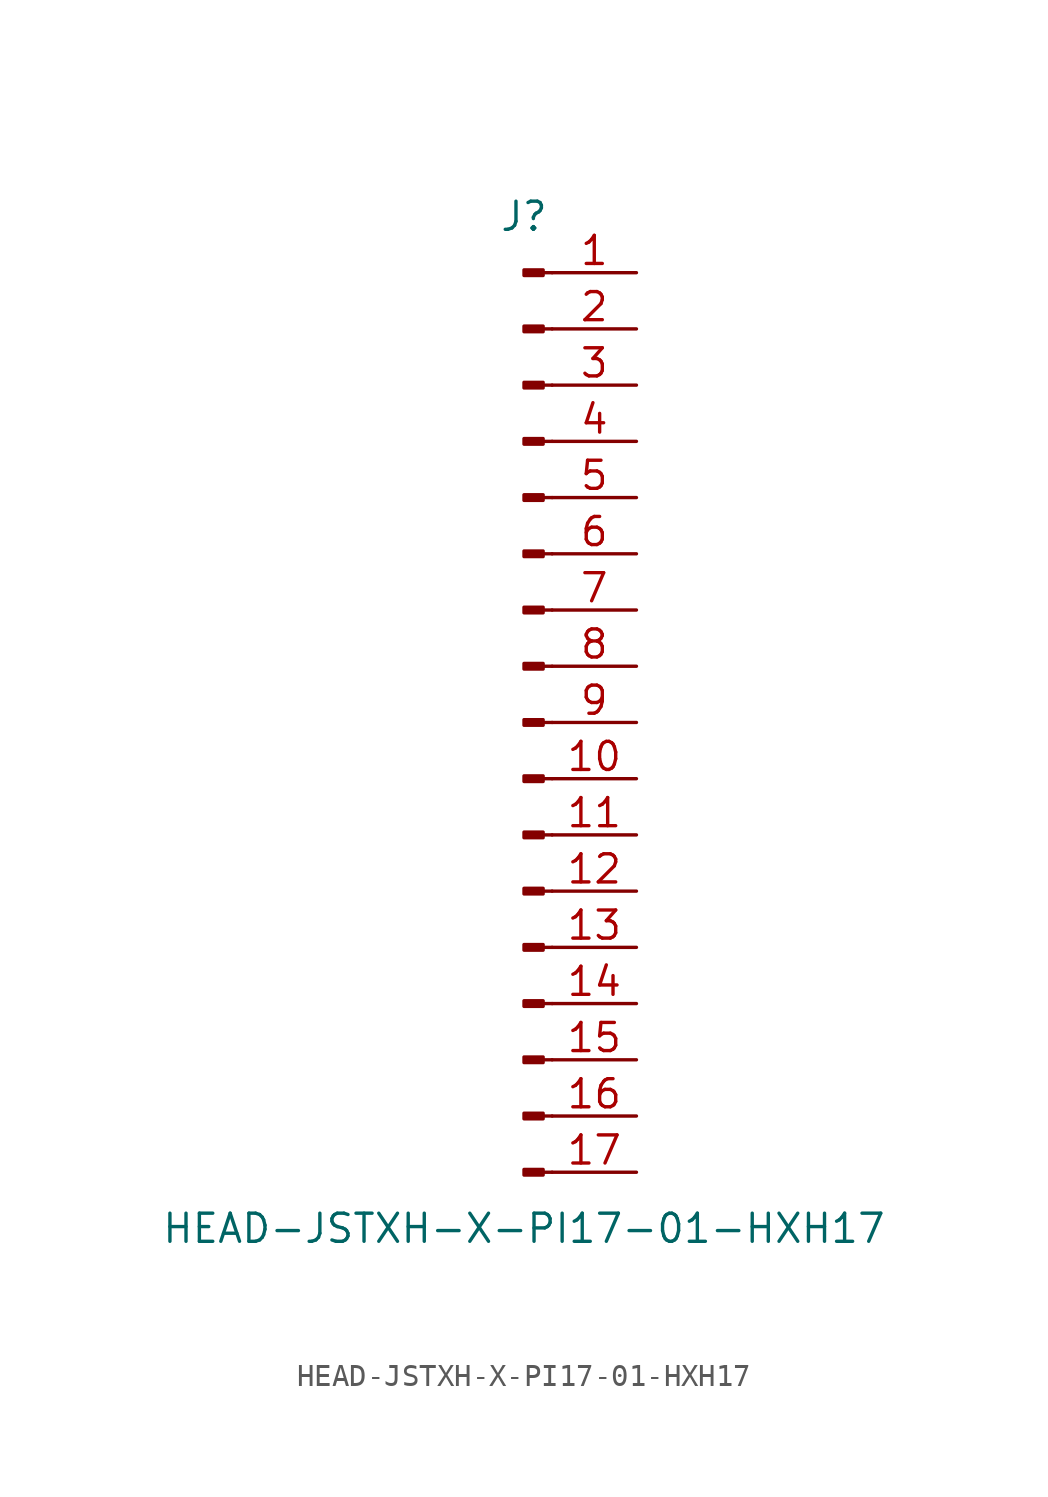
<source format=kicad_sym>
(kicad_symbol_lib
  (version 20211014)
  (generator kicad_symbol_editor)
  (symbol "HEAD-JSTXH-X-PI17-01-HXH17"
    (pin_names
      (offset 1.016) hide)
    (property "Reference" "J"
      (at 0 22.86 0)
      (effects (font (size 1.27 1.27))))
    (property "Value" "HEAD-JSTXH-X-PI17-01-HXH17"
      (at 0 -22.86 0)
      (effects (font (size 1.27 1.27))))
    (symbol "HEAD-JSTXH-X-PI17-01-HXH17_1_1"
      (polyline (pts (xy 1.27 -20.32) (xy 0.864 -20.32)) (stroke (width 0.152) (type default) (color 0 0 0 0)) (fill (type none)))
      (polyline (pts (xy 1.27 -17.78) (xy 0.864 -17.78)) (stroke (width 0.152) (type default) (color 0 0 0 0)) (fill (type none)))
      (polyline (pts (xy 1.27 -15.24) (xy 0.864 -15.24)) (stroke (width 0.152) (type default) (color 0 0 0 0)) (fill (type none)))
      (polyline (pts (xy 1.27 -12.7) (xy 0.864 -12.7)) (stroke (width 0.152) (type default) (color 0 0 0 0)) (fill (type none)))
      (polyline (pts (xy 1.27 -10.16) (xy 0.864 -10.16)) (stroke (width 0.152) (type default) (color 0 0 0 0)) (fill (type none)))
      (polyline (pts (xy 1.27 -7.62) (xy 0.864 -7.62)) (stroke (width 0.152) (type default) (color 0 0 0 0)) (fill (type none)))
      (polyline (pts (xy 1.27 -5.08) (xy 0.864 -5.08)) (stroke (width 0.152) (type default) (color 0 0 0 0)) (fill (type none)))
      (polyline (pts (xy 1.27 -2.54) (xy 0.864 -2.54)) (stroke (width 0.152) (type default) (color 0 0 0 0)) (fill (type none)))
      (polyline (pts (xy 1.27 0) (xy 0.864 0)) (stroke (width 0.152) (type default) (color 0 0 0 0)) (fill (type none)))
      (polyline (pts (xy 1.27 2.54) (xy 0.864 2.54)) (stroke (width 0.152) (type default) (color 0 0 0 0)) (fill (type none)))
      (polyline (pts (xy 1.27 5.08) (xy 0.864 5.08)) (stroke (width 0.152) (type default) (color 0 0 0 0)) (fill (type none)))
      (polyline (pts (xy 1.27 7.62) (xy 0.864 7.62)) (stroke (width 0.152) (type default) (color 0 0 0 0)) (fill (type none)))
      (polyline (pts (xy 1.27 10.16) (xy 0.864 10.16)) (stroke (width 0.152) (type default) (color 0 0 0 0)) (fill (type none)))
      (polyline (pts (xy 1.27 12.7) (xy 0.864 12.7)) (stroke (width 0.152) (type default) (color 0 0 0 0)) (fill (type none)))
      (polyline (pts (xy 1.27 15.24) (xy 0.864 15.24)) (stroke (width 0.152) (type default) (color 0 0 0 0)) (fill (type none)))
      (polyline (pts (xy 1.27 17.78) (xy 0.864 17.78)) (stroke (width 0.152) (type default) (color 0 0 0 0)) (fill (type none)))
      (polyline (pts (xy 1.27 20.32) (xy 0.864 20.32)) (stroke (width 0.152) (type default) (color 0 0 0 0)) (fill (type none)))
      (rectangle (start 0.864 -20.193) (end 0 -20.447) (stroke (width 0.152) (type default) (color 0 0 0 0)) (fill (type outline)))
      (rectangle (start 0.864 -17.653) (end 0 -17.907) (stroke (width 0.152) (type default) (color 0 0 0 0)) (fill (type outline)))
      (rectangle (start 0.864 -15.113) (end 0 -15.367) (stroke (width 0.152) (type default) (color 0 0 0 0)) (fill (type outline)))
      (rectangle (start 0.864 -12.573) (end 0 -12.827) (stroke (width 0.152) (type default) (color 0 0 0 0)) (fill (type outline)))
      (rectangle (start 0.864 -10.033) (end 0 -10.287) (stroke (width 0.152) (type default) (color 0 0 0 0)) (fill (type outline)))
      (rectangle (start 0.864 -7.493) (end 0 -7.747) (stroke (width 0.152) (type default) (color 0 0 0 0)) (fill (type outline)))
      (rectangle (start 0.864 -4.953) (end 0 -5.207) (stroke (width 0.152) (type default) (color 0 0 0 0)) (fill (type outline)))
      (rectangle (start 0.864 -2.413) (end 0 -2.667) (stroke (width 0.152) (type default) (color 0 0 0 0)) (fill (type outline)))
      (rectangle (start 0.864 0.127) (end 0 -0.127) (stroke (width 0.152) (type default) (color 0 0 0 0)) (fill (type outline)))
      (rectangle (start 0.864 2.667) (end 0 2.413) (stroke (width 0.152) (type default) (color 0 0 0 0)) (fill (type outline)))
      (rectangle (start 0.864 5.207) (end 0 4.953) (stroke (width 0.152) (type default) (color 0 0 0 0)) (fill (type outline)))
      (rectangle (start 0.864 7.747) (end 0 7.493) (stroke (width 0.152) (type default) (color 0 0 0 0)) (fill (type outline)))
      (rectangle (start 0.864 10.287) (end 0 10.033) (stroke (width 0.152) (type default) (color 0 0 0 0)) (fill (type outline)))
      (rectangle (start 0.864 12.827) (end 0 12.573) (stroke (width 0.152) (type default) (color 0 0 0 0)) (fill (type outline)))
      (rectangle (start 0.864 15.367) (end 0 15.113) (stroke (width 0.152) (type default) (color 0 0 0 0)) (fill (type outline)))
      (rectangle (start 0.864 17.907) (end 0 17.653) (stroke (width 0.152) (type default) (color 0 0 0 0)) (fill (type outline)))
      (rectangle (start 0.864 20.447) (end 0 20.193) (stroke (width 0.152) (type default) (color 0 0 0 0)) (fill (type outline)))
      (pin passive line (at 5.08 20.32 180) (length 3.81) (name "Pin_1" (effects (font (size 1.27 1.27)))) (number "1" (effects (font (size 1.27 1.27)))))
      (pin passive line (at 5.08 -2.54 180) (length 3.81) (name "Pin_10" (effects (font (size 1.27 1.27)))) (number "10" (effects (font (size 1.27 1.27)))))
      (pin passive line (at 5.08 -5.08 180) (length 3.81) (name "Pin_11" (effects (font (size 1.27 1.27)))) (number "11" (effects (font (size 1.27 1.27)))))
      (pin passive line (at 5.08 -7.62 180) (length 3.81) (name "Pin_12" (effects (font (size 1.27 1.27)))) (number "12" (effects (font (size 1.27 1.27)))))
      (pin passive line (at 5.08 -10.16 180) (length 3.81) (name "Pin_13" (effects (font (size 1.27 1.27)))) (number "13" (effects (font (size 1.27 1.27)))))
      (pin passive line (at 5.08 -12.7 180) (length 3.81) (name "Pin_14" (effects (font (size 1.27 1.27)))) (number "14" (effects (font (size 1.27 1.27)))))
      (pin passive line (at 5.08 -15.24 180) (length 3.81) (name "Pin_15" (effects (font (size 1.27 1.27)))) (number "15" (effects (font (size 1.27 1.27)))))
      (pin passive line (at 5.08 -17.78 180) (length 3.81) (name "Pin_16" (effects (font (size 1.27 1.27)))) (number "16" (effects (font (size 1.27 1.27)))))
      (pin passive line (at 5.08 -20.32 180) (length 3.81) (name "Pin_17" (effects (font (size 1.27 1.27)))) (number "17" (effects (font (size 1.27 1.27)))))
      (pin passive line (at 5.08 17.78 180) (length 3.81) (name "Pin_2" (effects (font (size 1.27 1.27)))) (number "2" (effects (font (size 1.27 1.27)))))
      (pin passive line (at 5.08 15.24 180) (length 3.81) (name "Pin_3" (effects (font (size 1.27 1.27)))) (number "3" (effects (font (size 1.27 1.27)))))
      (pin passive line (at 5.08 12.7 180) (length 3.81) (name "Pin_4" (effects (font (size 1.27 1.27)))) (number "4" (effects (font (size 1.27 1.27)))))
      (pin passive line (at 5.08 10.16 180) (length 3.81) (name "Pin_5" (effects (font (size 1.27 1.27)))) (number "5" (effects (font (size 1.27 1.27)))))
      (pin passive line (at 5.08 7.62 180) (length 3.81) (name "Pin_6" (effects (font (size 1.27 1.27)))) (number "6" (effects (font (size 1.27 1.27)))))
      (pin passive line (at 5.08 5.08 180) (length 3.81) (name "Pin_7" (effects (font (size 1.27 1.27)))) (number "7" (effects (font (size 1.27 1.27)))))
      (pin passive line (at 5.08 2.54 180) (length 3.81) (name "Pin_8" (effects (font (size 1.27 1.27)))) (number "8" (effects (font (size 1.27 1.27)))))
      (pin passive line (at 5.08 0 180) (length 3.81) (name "Pin_9" (effects (font (size 1.27 1.27)))) (number "9" (effects (font (size 1.27 1.27))))))))
</source>
